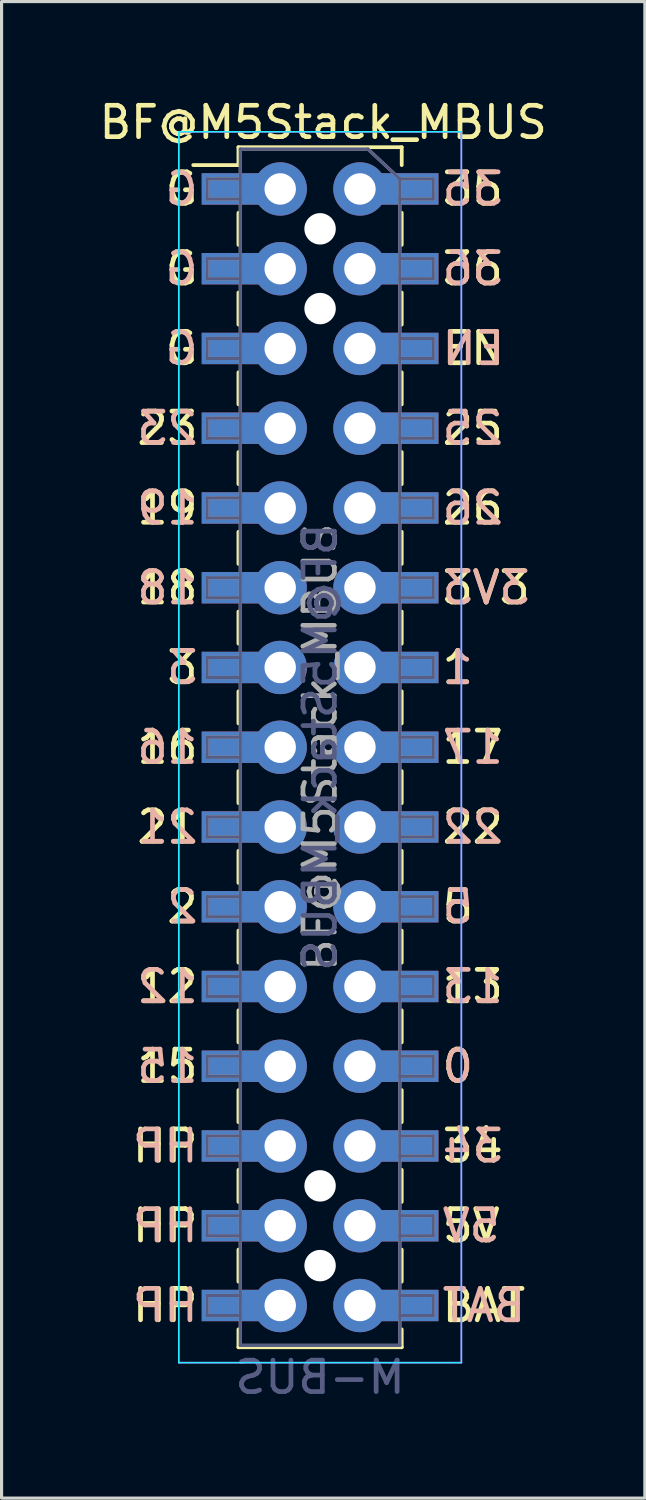
<source format=kicad_pcb>
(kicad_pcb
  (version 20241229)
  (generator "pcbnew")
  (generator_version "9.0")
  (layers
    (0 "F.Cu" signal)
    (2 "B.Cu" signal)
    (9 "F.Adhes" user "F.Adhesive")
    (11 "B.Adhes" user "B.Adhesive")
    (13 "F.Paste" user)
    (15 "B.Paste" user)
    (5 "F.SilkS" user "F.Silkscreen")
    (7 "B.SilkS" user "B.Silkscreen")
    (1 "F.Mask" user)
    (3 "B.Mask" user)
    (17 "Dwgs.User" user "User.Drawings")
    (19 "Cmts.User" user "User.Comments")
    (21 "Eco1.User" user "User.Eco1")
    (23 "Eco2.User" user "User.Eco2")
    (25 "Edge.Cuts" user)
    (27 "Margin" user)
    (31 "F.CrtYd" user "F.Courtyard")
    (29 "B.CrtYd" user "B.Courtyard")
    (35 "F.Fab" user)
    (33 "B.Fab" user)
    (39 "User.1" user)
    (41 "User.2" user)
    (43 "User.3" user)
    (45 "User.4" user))
  (footprint "BF@M5Stack_MBUS"
    (layer "F.Cu")
    (at 7.144 20.748)
    (property "Reference" "BF@M5Stack_MBUS" (at 0.1 -19.9 0) (layer "F.SilkS") (effects (font (size 1 1) (thickness 0.15))))
    (attr smd)
    (fp_line (start -4.04 -18.54) (end -2.6 -18.54) (stroke (width 0.12) (type solid)) (layer "F.SilkS"))
    (fp_line (start -2.6 -19.11) (end -2.6 -18.54) (stroke (width 0.12) (type solid)) (layer "F.SilkS"))
    (fp_line (start -2.6 -19.11) (end 2.6 -19.11) (stroke (width 0.12) (type solid)) (layer "F.SilkS"))
    (fp_line (start -2.6 -17.02) (end -2.6 -16) (stroke (width 0.12) (type solid)) (layer "F.SilkS"))
    (fp_line (start -2.6 -14.48) (end -2.6 -13.46) (stroke (width 0.12) (type solid)) (layer "F.SilkS"))
    (fp_line (start -2.6 -11.94) (end -2.6 -10.92) (stroke (width 0.12) (type solid)) (layer "F.SilkS"))
    (fp_line (start -2.6 -9.4) (end -2.6 -8.38) (stroke (width 0.12) (type solid)) (layer "F.SilkS"))
    (fp_line (start -2.6 -6.86) (end -2.6 -5.84) (stroke (width 0.12) (type solid)) (layer "F.SilkS"))
    (fp_line (start -2.6 -4.32) (end -2.6 -3.3) (stroke (width 0.12) (type solid)) (layer "F.SilkS"))
    (fp_line (start -2.6 -1.78) (end -2.6 -0.76) (stroke (width 0.12) (type solid)) (layer "F.SilkS"))
    (fp_line (start -2.6 0.76) (end -2.6 1.78) (stroke (width 0.12) (type solid)) (layer "F.SilkS"))
    (fp_line (start -2.6 3.3) (end -2.6 4.32) (stroke (width 0.12) (type solid)) (layer "F.SilkS"))
    (fp_line (start -2.6 5.84) (end -2.6 6.86) (stroke (width 0.12) (type solid)) (layer "F.SilkS"))
    (fp_line (start -2.6 8.38) (end -2.6 9.4) (stroke (width 0.12) (type solid)) (layer "F.SilkS"))
    (fp_line (start -2.6 10.92) (end -2.6 11.94) (stroke (width 0.12) (type solid)) (layer "F.SilkS"))
    (fp_line (start -2.6 13.46) (end -2.6 14.48) (stroke (width 0.12) (type solid)) (layer "F.SilkS"))
    (fp_line (start -2.6 16) (end -2.6 17.02) (stroke (width 0.12) (type solid)) (layer "F.SilkS"))
    (fp_line (start -2.6 18.54) (end -2.6 19.11) (stroke (width 0.12) (type solid)) (layer "F.SilkS"))
    (fp_line (start -2.6 19.11) (end 2.6 19.11) (stroke (width 0.12) (type solid)) (layer "F.SilkS"))
    (fp_line (start 2.6 -19.11) (end 2.6 -18.54) (stroke (width 0.12) (type solid)) (layer "F.SilkS"))
    (fp_line (start 2.6 -17.02) (end 2.6 -16) (stroke (width 0.12) (type solid)) (layer "F.SilkS"))
    (fp_line (start 2.6 -14.48) (end 2.6 -13.46) (stroke (width 0.12) (type solid)) (layer "F.SilkS"))
    (fp_line (start 2.6 -11.94) (end 2.6 -10.92) (stroke (width 0.12) (type solid)) (layer "F.SilkS"))
    (fp_line (start 2.6 -9.4) (end 2.6 -8.38) (stroke (width 0.12) (type solid)) (layer "F.SilkS"))
    (fp_line (start 2.6 -6.86) (end 2.6 -5.84) (stroke (width 0.12) (type solid)) (layer "F.SilkS"))
    (fp_line (start 2.6 -4.32) (end 2.6 -3.3) (stroke (width 0.12) (type solid)) (layer "F.SilkS"))
    (fp_line (start 2.6 -1.78) (end 2.6 -0.76) (stroke (width 0.12) (type solid)) (layer "F.SilkS"))
    (fp_line (start 2.6 0.76) (end 2.6 1.78) (stroke (width 0.12) (type solid)) (layer "F.SilkS"))
    (fp_line (start 2.6 3.3) (end 2.6 4.32) (stroke (width 0.12) (type solid)) (layer "F.SilkS"))
    (fp_line (start 2.6 5.84) (end 2.6 6.86) (stroke (width 0.12) (type solid)) (layer "F.SilkS"))
    (fp_line (start 2.6 8.38) (end 2.6 9.4) (stroke (width 0.12) (type solid)) (layer "F.SilkS"))
    (fp_line (start 2.6 10.92) (end 2.6 11.94) (stroke (width 0.12) (type solid)) (layer "F.SilkS"))
    (fp_line (start 2.6 13.46) (end 2.6 14.48) (stroke (width 0.12) (type solid)) (layer "F.SilkS"))
    (fp_line (start 2.6 16) (end 2.6 17.02) (stroke (width 0.12) (type solid)) (layer "F.SilkS"))
    (fp_line (start 2.6 18.54) (end 2.6 19.11) (stroke (width 0.12) (type solid)) (layer "F.SilkS"))
    (fp_poly (pts (xy -1.968 -17.335) (xy -3.683 -17.335) (xy -3.683 -18.224) (xy -1.968 -18.224)) (stroke (width 0.1) (type solid)) (fill yes) (layer "F.Paste"))
    (fp_poly (pts (xy -1.968 -14.796) (xy -3.683 -14.796) (xy -3.683 -15.684) (xy -1.968 -15.684)) (stroke (width 0.1) (type solid)) (fill yes) (layer "F.Paste"))
    (fp_poly (pts (xy -1.968 -12.255) (xy -3.683 -12.255) (xy -3.683 -13.145) (xy -1.968 -13.145)) (stroke (width 0.1) (type solid)) (fill yes) (layer "F.Paste"))
    (fp_poly (pts (xy -1.968 -9.716) (xy -3.683 -9.716) (xy -3.683 -10.604) (xy -1.968 -10.604)) (stroke (width 0.1) (type solid)) (fill yes) (layer "F.Paste"))
    (fp_poly (pts (xy -1.968 -7.176) (xy -3.683 -7.176) (xy -3.683 -8.065) (xy -1.968 -8.065)) (stroke (width 0.1) (type solid)) (fill yes) (layer "F.Paste"))
    (fp_poly (pts (xy -1.968 -4.636) (xy -3.683 -4.636) (xy -3.683 -5.524) (xy -1.968 -5.524)) (stroke (width 0.1) (type solid)) (fill yes) (layer "F.Paste"))
    (fp_poly (pts (xy -1.968 -2.095) (xy -3.683 -2.095) (xy -3.683 -2.985) (xy -1.968 -2.985)) (stroke (width 0.1) (type solid)) (fill yes) (layer "F.Paste"))
    (fp_poly (pts (xy -1.968 0.445) (xy -3.683 0.445) (xy -3.683 -0.445) (xy -1.968 -0.445)) (stroke (width 0.1) (type solid)) (fill yes) (layer "F.Paste"))
    (fp_poly (pts (xy -1.968 2.985) (xy -3.683 2.985) (xy -3.683 2.095) (xy -1.968 2.095)) (stroke (width 0.1) (type solid)) (fill yes) (layer "F.Paste"))
    (fp_poly (pts (xy -1.968 5.524) (xy -3.683 5.524) (xy -3.683 4.636) (xy -1.968 4.636)) (stroke (width 0.1) (type solid)) (fill yes) (layer "F.Paste"))
    (fp_poly (pts (xy -1.968 8.065) (xy -3.683 8.065) (xy -3.683 7.176) (xy -1.968 7.176)) (stroke (width 0.1) (type solid)) (fill yes) (layer "F.Paste"))
    (fp_poly (pts (xy -1.968 10.604) (xy -3.683 10.604) (xy -3.683 9.716) (xy -1.968 9.716)) (stroke (width 0.1) (type solid)) (fill yes) (layer "F.Paste"))
    (fp_poly (pts (xy -1.968 13.145) (xy -3.683 13.145) (xy -3.683 12.255) (xy -1.968 12.255)) (stroke (width 0.1) (type solid)) (fill yes) (layer "F.Paste"))
    (fp_poly (pts (xy -1.968 15.684) (xy -3.683 15.684) (xy -3.683 14.796) (xy -1.968 14.796)) (stroke (width 0.1) (type solid)) (fill yes) (layer "F.Paste"))
    (fp_poly (pts (xy -1.968 18.224) (xy -3.683 18.224) (xy -3.683 17.335) (xy -1.968 17.335)) (stroke (width 0.1) (type solid)) (fill yes) (layer "F.Paste"))
    (fp_poly (pts (xy 3.683 -17.335) (xy 1.968 -17.335) (xy 1.968 -18.224) (xy 3.683 -18.224)) (stroke (width 0.1) (type solid)) (fill yes) (layer "F.Paste"))
    (fp_poly (pts (xy 3.683 -14.796) (xy 1.968 -14.796) (xy 1.968 -15.684) (xy 3.683 -15.684)) (stroke (width 0.1) (type solid)) (fill yes) (layer "F.Paste"))
    (fp_poly (pts (xy 3.683 -12.255) (xy 1.968 -12.255) (xy 1.968 -13.145) (xy 3.683 -13.145)) (stroke (width 0.1) (type solid)) (fill yes) (layer "F.Paste"))
    (fp_poly (pts (xy 3.683 -9.716) (xy 1.968 -9.716) (xy 1.968 -10.604) (xy 3.683 -10.604)) (stroke (width 0.1) (type solid)) (fill yes) (layer "F.Paste"))
    (fp_poly (pts (xy 3.683 -7.176) (xy 1.968 -7.176) (xy 1.968 -8.065) (xy 3.683 -8.065)) (stroke (width 0.1) (type solid)) (fill yes) (layer "F.Paste"))
    (fp_poly (pts (xy 3.683 -4.636) (xy 1.968 -4.636) (xy 1.968 -5.524) (xy 3.683 -5.524)) (stroke (width 0.1) (type solid)) (fill yes) (layer "F.Paste"))
    (fp_poly (pts (xy 3.683 -2.095) (xy 1.968 -2.095) (xy 1.968 -2.985) (xy 3.683 -2.985)) (stroke (width 0.1) (type solid)) (fill yes) (layer "F.Paste"))
    (fp_poly (pts (xy 3.683 0.445) (xy 1.968 0.445) (xy 1.968 -0.445) (xy 3.683 -0.445)) (stroke (width 0.1) (type solid)) (fill yes) (layer "F.Paste"))
    (fp_poly (pts (xy 3.683 2.985) (xy 1.968 2.985) (xy 1.968 2.095) (xy 3.683 2.095)) (stroke (width 0.1) (type solid)) (fill yes) (layer "F.Paste"))
    (fp_poly (pts (xy 3.683 5.524) (xy 1.968 5.524) (xy 1.968 4.636) (xy 3.683 4.636)) (stroke (width 0.1) (type solid)) (fill yes) (layer "F.Paste"))
    (fp_poly (pts (xy 3.683 8.065) (xy 1.968 8.065) (xy 1.968 7.176) (xy 3.683 7.176)) (stroke (width 0.1) (type solid)) (fill yes) (layer "F.Paste"))
    (fp_poly (pts (xy 3.683 10.604) (xy 1.968 10.604) (xy 1.968 9.716) (xy 3.683 9.716)) (stroke (width 0.1) (type solid)) (fill yes) (layer "F.Paste"))
    (fp_poly (pts (xy 3.683 13.145) (xy 1.968 13.145) (xy 1.968 12.255) (xy 3.683 12.255)) (stroke (width 0.1) (type solid)) (fill yes) (layer "F.Paste"))
    (fp_poly (pts (xy 3.683 15.684) (xy 1.968 15.684) (xy 1.968 14.796) (xy 3.683 14.796)) (stroke (width 0.1) (type solid)) (fill yes) (layer "F.Paste"))
    (fp_poly (pts (xy 3.683 18.224) (xy 1.968 18.224) (xy 1.968 17.335) (xy 3.683 17.335)) (stroke (width 0.1) (type solid)) (fill yes) (layer "F.Paste"))
    (fp_poly (pts (xy -1.968 -18.224) (xy -3.683 -18.224) (xy -3.683 -17.335) (xy -1.968 -17.335)) (stroke (width 0.1) (type solid)) (fill yes) (layer "B.Paste"))
    (fp_poly (pts (xy -1.968 -15.684) (xy -3.683 -15.684) (xy -3.683 -14.796) (xy -1.968 -14.796)) (stroke (width 0.1) (type solid)) (fill yes) (layer "B.Paste"))
    (fp_poly (pts (xy -1.968 -13.145) (xy -3.683 -13.145) (xy -3.683 -12.255) (xy -1.968 -12.255)) (stroke (width 0.1) (type solid)) (fill yes) (layer "B.Paste"))
    (fp_poly (pts (xy -1.968 -10.604) (xy -3.683 -10.604) (xy -3.683 -9.716) (xy -1.968 -9.716)) (stroke (width 0.1) (type solid)) (fill yes) (layer "B.Paste"))
    (fp_poly (pts (xy -1.968 -8.065) (xy -3.683 -8.065) (xy -3.683 -7.176) (xy -1.968 -7.176)) (stroke (width 0.1) (type solid)) (fill yes) (layer "B.Paste"))
    (fp_poly (pts (xy -1.968 -5.524) (xy -3.683 -5.524) (xy -3.683 -4.636) (xy -1.968 -4.636)) (stroke (width 0.1) (type solid)) (fill yes) (layer "B.Paste"))
    (fp_poly (pts (xy -1.968 -2.985) (xy -3.683 -2.985) (xy -3.683 -2.095) (xy -1.968 -2.095)) (stroke (width 0.1) (type solid)) (fill yes) (layer "B.Paste"))
    (fp_poly (pts (xy -1.968 -0.445) (xy -3.683 -0.445) (xy -3.683 0.445) (xy -1.968 0.445)) (stroke (width 0.1) (type solid)) (fill yes) (layer "B.Paste"))
    (fp_poly (pts (xy -1.968 2.095) (xy -3.683 2.095) (xy -3.683 2.985) (xy -1.968 2.985)) (stroke (width 0.1) (type solid)) (fill yes) (layer "B.Paste"))
    (fp_poly (pts (xy -1.968 4.636) (xy -3.683 4.636) (xy -3.683 5.524) (xy -1.968 5.524)) (stroke (width 0.1) (type solid)) (fill yes) (layer "B.Paste"))
    (fp_poly (pts (xy -1.968 7.176) (xy -3.683 7.176) (xy -3.683 8.065) (xy -1.968 8.065)) (stroke (width 0.1) (type solid)) (fill yes) (layer "B.Paste"))
    (fp_poly (pts (xy -1.968 9.716) (xy -3.683 9.716) (xy -3.683 10.604) (xy -1.968 10.604)) (stroke (width 0.1) (type solid)) (fill yes) (layer "B.Paste"))
    (fp_poly (pts (xy -1.968 12.255) (xy -3.683 12.255) (xy -3.683 13.145) (xy -1.968 13.145)) (stroke (width 0.1) (type solid)) (fill yes) (layer "B.Paste"))
    (fp_poly (pts (xy -1.968 14.796) (xy -3.683 14.796) (xy -3.683 15.684) (xy -1.968 15.684)) (stroke (width 0.1) (type solid)) (fill yes) (layer "B.Paste"))
    (fp_poly (pts (xy -1.968 17.335) (xy -3.683 17.335) (xy -3.683 18.224) (xy -1.968 18.224)) (stroke (width 0.1) (type solid)) (fill yes) (layer "B.Paste"))
    (fp_poly (pts (xy 3.683 -18.224) (xy 1.968 -18.224) (xy 1.968 -17.335) (xy 3.683 -17.335)) (stroke (width 0.1) (type solid)) (fill yes) (layer "B.Paste"))
    (fp_poly (pts (xy 3.683 -15.684) (xy 1.968 -15.684) (xy 1.968 -14.796) (xy 3.683 -14.796)) (stroke (width 0.1) (type solid)) (fill yes) (layer "B.Paste"))
    (fp_poly (pts (xy 3.683 -13.145) (xy 1.968 -13.145) (xy 1.968 -12.255) (xy 3.683 -12.255)) (stroke (width 0.1) (type solid)) (fill yes) (layer "B.Paste"))
    (fp_poly (pts (xy 3.683 -10.604) (xy 1.968 -10.604) (xy 1.968 -9.716) (xy 3.683 -9.716)) (stroke (width 0.1) (type solid)) (fill yes) (layer "B.Paste"))
    (fp_poly (pts (xy 3.683 -8.065) (xy 1.968 -8.065) (xy 1.968 -7.176) (xy 3.683 -7.176)) (stroke (width 0.1) (type solid)) (fill yes) (layer "B.Paste"))
    (fp_poly (pts (xy 3.683 -5.524) (xy 1.968 -5.524) (xy 1.968 -4.636) (xy 3.683 -4.636)) (stroke (width 0.1) (type solid)) (fill yes) (layer "B.Paste"))
    (fp_poly (pts (xy 3.683 -2.985) (xy 1.968 -2.985) (xy 1.968 -2.095) (xy 3.683 -2.095)) (stroke (width 0.1) (type solid)) (fill yes) (layer "B.Paste"))
    (fp_poly (pts (xy 3.683 -0.445) (xy 1.968 -0.445) (xy 1.968 0.445) (xy 3.683 0.445)) (stroke (width 0.1) (type solid)) (fill yes) (layer "B.Paste"))
    (fp_poly (pts (xy 3.683 2.095) (xy 1.968 2.095) (xy 1.968 2.985) (xy 3.683 2.985)) (stroke (width 0.1) (type solid)) (fill yes) (layer "B.Paste"))
    (fp_poly (pts (xy 3.683 4.636) (xy 1.968 4.636) (xy 1.968 5.524) (xy 3.683 5.524)) (stroke (width 0.1) (type solid)) (fill yes) (layer "B.Paste"))
    (fp_poly (pts (xy 3.683 7.176) (xy 1.968 7.176) (xy 1.968 8.065) (xy 3.683 8.065)) (stroke (width 0.1) (type solid)) (fill yes) (layer "B.Paste"))
    (fp_poly (pts (xy 3.683 9.716) (xy 1.968 9.716) (xy 1.968 10.604) (xy 3.683 10.604)) (stroke (width 0.1) (type solid)) (fill yes) (layer "B.Paste"))
    (fp_poly (pts (xy 3.683 12.255) (xy 1.968 12.255) (xy 1.968 13.145) (xy 3.683 13.145)) (stroke (width 0.1) (type solid)) (fill yes) (layer "B.Paste"))
    (fp_poly (pts (xy 3.683 14.796) (xy 1.968 14.796) (xy 1.968 15.684) (xy 3.683 15.684)) (stroke (width 0.1) (type solid)) (fill yes) (layer "B.Paste"))
    (fp_poly (pts (xy 3.683 17.335) (xy 1.968 17.335) (xy 1.968 18.224) (xy 3.683 18.224)) (stroke (width 0.1) (type solid)) (fill yes) (layer "B.Paste"))
    (fp_line (start -4.5 -19.6) (end 4.5 -19.6) (stroke (width 0.05) (type solid)) (layer "B.CrtYd"))
    (fp_line (start -4.5 19.6) (end -4.5 -19.6) (stroke (width 0.05) (type solid)) (layer "B.CrtYd"))
    (fp_line (start 4.5 -19.6) (end 4.5 19.6) (stroke (width 0.05) (type solid)) (layer "B.CrtYd"))
    (fp_line (start 4.5 19.6) (end -4.5 19.6) (stroke (width 0.05) (type solid)) (layer "B.CrtYd"))
    (fp_line (start -4.5 -19.6) (end -4.5 19.6) (stroke (width 0.05) (type solid)) (layer "F.CrtYd"))
    (fp_line (start -4.5 19.6) (end 4.5 19.6) (stroke (width 0.05) (type solid)) (layer "F.CrtYd"))
    (fp_line (start 4.5 -19.6) (end -4.5 -19.6) (stroke (width 0.05) (type solid)) (layer "F.CrtYd"))
    (fp_line (start 4.5 19.6) (end 4.5 -19.6) (stroke (width 0.05) (type solid)) (layer "F.CrtYd"))
    (fp_line (start -3.6 -18.1) (end -3.6 -17.46) (stroke (width 0.1) (type solid)) (layer "B.Fab"))
    (fp_line (start -3.6 -17.46) (end -2.54 -17.46) (stroke (width 0.1) (type solid)) (layer "B.Fab"))
    (fp_line (start -3.6 -15.56) (end -3.6 -14.92) (stroke (width 0.1) (type solid)) (layer "B.Fab"))
    (fp_line (start -3.6 -14.92) (end -2.54 -14.92) (stroke (width 0.1) (type solid)) (layer "B.Fab"))
    (fp_line (start -3.6 -13.02) (end -3.6 -12.38) (stroke (width 0.1) (type solid)) (layer "B.Fab"))
    (fp_line (start -3.6 -12.38) (end -2.54 -12.38) (stroke (width 0.1) (type solid)) (layer "B.Fab"))
    (fp_line (start -3.6 -10.48) (end -3.6 -9.84) (stroke (width 0.1) (type solid)) (layer "B.Fab"))
    (fp_line (start -3.6 -9.84) (end -2.54 -9.84) (stroke (width 0.1) (type solid)) (layer "B.Fab"))
    (fp_line (start -3.6 -7.94) (end -3.6 -7.3) (stroke (width 0.1) (type solid)) (layer "B.Fab"))
    (fp_line (start -3.6 -7.3) (end -2.54 -7.3) (stroke (width 0.1) (type solid)) (layer "B.Fab"))
    (fp_line (start -3.6 -5.4) (end -3.6 -4.76) (stroke (width 0.1) (type solid)) (layer "B.Fab"))
    (fp_line (start -3.6 -4.76) (end -2.54 -4.76) (stroke (width 0.1) (type solid)) (layer "B.Fab"))
    (fp_line (start -3.6 -2.86) (end -3.6 -2.22) (stroke (width 0.1) (type solid)) (layer "B.Fab"))
    (fp_line (start -3.6 -2.22) (end -2.54 -2.22) (stroke (width 0.1) (type solid)) (layer "B.Fab"))
    (fp_line (start -3.6 -0.32) (end -3.6 0.32) (stroke (width 0.1) (type solid)) (layer "B.Fab"))
    (fp_line (start -3.6 0.32) (end -2.54 0.32) (stroke (width 0.1) (type solid)) (layer "B.Fab"))
    (fp_line (start -3.6 2.22) (end -3.6 2.86) (stroke (width 0.1) (type solid)) (layer "B.Fab"))
    (fp_line (start -3.6 2.86) (end -2.54 2.86) (stroke (width 0.1) (type solid)) (layer "B.Fab"))
    (fp_line (start -3.6 4.76) (end -3.6 5.4) (stroke (width 0.1) (type solid)) (layer "B.Fab"))
    (fp_line (start -3.6 5.4) (end -2.54 5.4) (stroke (width 0.1) (type solid)) (layer "B.Fab"))
    (fp_line (start -3.6 7.3) (end -3.6 7.94) (stroke (width 0.1) (type solid)) (layer "B.Fab"))
    (fp_line (start -3.6 7.94) (end -2.54 7.94) (stroke (width 0.1) (type solid)) (layer "B.Fab"))
    (fp_line (start -3.6 9.84) (end -3.6 10.48) (stroke (width 0.1) (type solid)) (layer "B.Fab"))
    (fp_line (start -3.6 10.48) (end -2.54 10.48) (stroke (width 0.1) (type solid)) (layer "B.Fab"))
    (fp_line (start -3.6 12.38) (end -3.6 13.02) (stroke (width 0.1) (type solid)) (layer "B.Fab"))
    (fp_line (start -3.6 13.02) (end -2.54 13.02) (stroke (width 0.1) (type solid)) (layer "B.Fab"))
    (fp_line (start -3.6 14.92) (end -3.6 15.56) (stroke (width 0.1) (type solid)) (layer "B.Fab"))
    (fp_line (start -3.6 15.56) (end -2.54 15.56) (stroke (width 0.1) (type solid)) (layer "B.Fab"))
    (fp_line (start -3.6 17.46) (end -3.6 18.1) (stroke (width 0.1) (type solid)) (layer "B.Fab"))
    (fp_line (start -3.6 18.1) (end -2.54 18.1) (stroke (width 0.1) (type solid)) (layer "B.Fab"))
    (fp_line (start -2.54 -19.05) (end 1.524 -19.05) (stroke (width 0.1) (type solid)) (layer "B.Fab"))
    (fp_line (start -2.54 -18.1) (end -3.6 -18.1) (stroke (width 0.1) (type solid)) (layer "B.Fab"))
    (fp_line (start -2.54 -15.56) (end -3.6 -15.56) (stroke (width 0.1) (type solid)) (layer "B.Fab"))
    (fp_line (start -2.54 -13.02) (end -3.6 -13.02) (stroke (width 0.1) (type solid)) (layer "B.Fab"))
    (fp_line (start -2.54 -10.48) (end -3.6 -10.48) (stroke (width 0.1) (type solid)) (layer "B.Fab"))
    (fp_line (start -2.54 -7.94) (end -3.6 -7.94) (stroke (width 0.1) (type solid)) (layer "B.Fab"))
    (fp_line (start -2.54 -5.4) (end -3.6 -5.4) (stroke (width 0.1) (type solid)) (layer "B.Fab"))
    (fp_line (start -2.54 -2.86) (end -3.6 -2.86) (stroke (width 0.1) (type solid)) (layer "B.Fab"))
    (fp_line (start -2.54 -0.32) (end -3.6 -0.32) (stroke (width 0.1) (type solid)) (layer "B.Fab"))
    (fp_line (start -2.54 2.22) (end -3.6 2.22) (stroke (width 0.1) (type solid)) (layer "B.Fab"))
    (fp_line (start -2.54 4.76) (end -3.6 4.76) (stroke (width 0.1) (type solid)) (layer "B.Fab"))
    (fp_line (start -2.54 7.3) (end -3.6 7.3) (stroke (width 0.1) (type solid)) (layer "B.Fab"))
    (fp_line (start -2.54 9.84) (end -3.6 9.84) (stroke (width 0.1) (type solid)) (layer "B.Fab"))
    (fp_line (start -2.54 12.38) (end -3.6 12.38) (stroke (width 0.1) (type solid)) (layer "B.Fab"))
    (fp_line (start -2.54 14.92) (end -3.6 14.92) (stroke (width 0.1) (type solid)) (layer "B.Fab"))
    (fp_line (start -2.54 17.46) (end -3.6 17.46) (stroke (width 0.1) (type solid)) (layer "B.Fab"))
    (fp_line (start -2.54 19.05) (end -2.54 -19.05) (stroke (width 0.1) (type solid)) (layer "B.Fab"))
    (fp_line (start 2.54 -18.1) (end 1.524 -19.05) (stroke (width 0.1) (type solid)) (layer "B.Fab"))
    (fp_line (start 2.54 -18.1) (end 2.54 19.05) (stroke (width 0.1) (type solid)) (layer "B.Fab"))
    (fp_line (start 2.54 -18.1) (end 3.6 -18.1) (stroke (width 0.1) (type solid)) (layer "B.Fab"))
    (fp_line (start 2.54 -15.56) (end 3.6 -15.56) (stroke (width 0.1) (type solid)) (layer "B.Fab"))
    (fp_line (start 2.54 -13.02) (end 3.6 -13.02) (stroke (width 0.1) (type solid)) (layer "B.Fab"))
    (fp_line (start 2.54 -10.48) (end 3.6 -10.48) (stroke (width 0.1) (type solid)) (layer "B.Fab"))
    (fp_line (start 2.54 -7.94) (end 3.6 -7.94) (stroke (width 0.1) (type solid)) (layer "B.Fab"))
    (fp_line (start 2.54 -5.4) (end 3.6 -5.4) (stroke (width 0.1) (type solid)) (layer "B.Fab"))
    (fp_line (start 2.54 -2.86) (end 3.6 -2.86) (stroke (width 0.1) (type solid)) (layer "B.Fab"))
    (fp_line (start 2.54 -0.32) (end 3.6 -0.32) (stroke (width 0.1) (type solid)) (layer "B.Fab"))
    (fp_line (start 2.54 2.22) (end 3.6 2.22) (stroke (width 0.1) (type solid)) (layer "B.Fab"))
    (fp_line (start 2.54 4.76) (end 3.6 4.76) (stroke (width 0.1) (type solid)) (layer "B.Fab"))
    (fp_line (start 2.54 7.3) (end 3.6 7.3) (stroke (width 0.1) (type solid)) (layer "B.Fab"))
    (fp_line (start 2.54 9.84) (end 3.6 9.84) (stroke (width 0.1) (type solid)) (layer "B.Fab"))
    (fp_line (start 2.54 12.38) (end 3.6 12.38) (stroke (width 0.1) (type solid)) (layer "B.Fab"))
    (fp_line (start 2.54 14.92) (end 3.6 14.92) (stroke (width 0.1) (type solid)) (layer "B.Fab"))
    (fp_line (start 2.54 17.46) (end 3.6 17.46) (stroke (width 0.1) (type solid)) (layer "B.Fab"))
    (fp_line (start 2.54 19.05) (end -2.54 19.05) (stroke (width 0.1) (type solid)) (layer "B.Fab"))
    (fp_line (start 3.6 -18.1) (end 3.6 -17.46) (stroke (width 0.1) (type solid)) (layer "B.Fab"))
    (fp_line (start 3.6 -17.46) (end 2.54 -17.46) (stroke (width 0.1) (type solid)) (layer "B.Fab"))
    (fp_line (start 3.6 -15.56) (end 3.6 -14.92) (stroke (width 0.1) (type solid)) (layer "B.Fab"))
    (fp_line (start 3.6 -14.92) (end 2.54 -14.92) (stroke (width 0.1) (type solid)) (layer "B.Fab"))
    (fp_line (start 3.6 -13.02) (end 3.6 -12.38) (stroke (width 0.1) (type solid)) (layer "B.Fab"))
    (fp_line (start 3.6 -12.38) (end 2.54 -12.38) (stroke (width 0.1) (type solid)) (layer "B.Fab"))
    (fp_line (start 3.6 -10.48) (end 3.6 -9.84) (stroke (width 0.1) (type solid)) (layer "B.Fab"))
    (fp_line (start 3.6 -9.84) (end 2.54 -9.84) (stroke (width 0.1) (type solid)) (layer "B.Fab"))
    (fp_line (start 3.6 -7.94) (end 3.6 -7.3) (stroke (width 0.1) (type solid)) (layer "B.Fab"))
    (fp_line (start 3.6 -7.3) (end 2.54 -7.3) (stroke (width 0.1) (type solid)) (layer "B.Fab"))
    (fp_line (start 3.6 -5.4) (end 3.6 -4.76) (stroke (width 0.1) (type solid)) (layer "B.Fab"))
    (fp_line (start 3.6 -4.76) (end 2.54 -4.76) (stroke (width 0.1) (type solid)) (layer "B.Fab"))
    (fp_line (start 3.6 -2.86) (end 3.6 -2.22) (stroke (width 0.1) (type solid)) (layer "B.Fab"))
    (fp_line (start 3.6 -2.22) (end 2.54 -2.22) (stroke (width 0.1) (type solid)) (layer "B.Fab"))
    (fp_line (start 3.6 -0.32) (end 3.6 0.32) (stroke (width 0.1) (type solid)) (layer "B.Fab"))
    (fp_line (start 3.6 0.32) (end 2.54 0.32) (stroke (width 0.1) (type solid)) (layer "B.Fab"))
    (fp_line (start 3.6 2.22) (end 3.6 2.86) (stroke (width 0.1) (type solid)) (layer "B.Fab"))
    (fp_line (start 3.6 2.86) (end 2.54 2.86) (stroke (width 0.1) (type solid)) (layer "B.Fab"))
    (fp_line (start 3.6 4.76) (end 3.6 5.4) (stroke (width 0.1) (type solid)) (layer "B.Fab"))
    (fp_line (start 3.6 5.4) (end 2.54 5.4) (stroke (width 0.1) (type solid)) (layer "B.Fab"))
    (fp_line (start 3.6 7.3) (end 3.6 7.94) (stroke (width 0.1) (type solid)) (layer "B.Fab"))
    (fp_line (start 3.6 7.94) (end 2.54 7.94) (stroke (width 0.1) (type solid)) (layer "B.Fab"))
    (fp_line (start 3.6 9.84) (end 3.6 10.48) (stroke (width 0.1) (type solid)) (layer "B.Fab"))
    (fp_line (start 3.6 10.48) (end 2.54 10.48) (stroke (width 0.1) (type solid)) (layer "B.Fab"))
    (fp_line (start 3.6 12.38) (end 3.6 13.02) (stroke (width 0.1) (type solid)) (layer "B.Fab"))
    (fp_line (start 3.6 13.02) (end 2.54 13.02) (stroke (width 0.1) (type solid)) (layer "B.Fab"))
    (fp_line (start 3.6 14.92) (end 3.6 15.56) (stroke (width 0.1) (type solid)) (layer "B.Fab"))
    (fp_line (start 3.6 15.56) (end 2.54 15.56) (stroke (width 0.1) (type solid)) (layer "B.Fab"))
    (fp_line (start 3.6 17.46) (end 3.6 18.1) (stroke (width 0.1) (type solid)) (layer "B.Fab"))
    (fp_line (start 3.6 18.1) (end 2.54 18.1) (stroke (width 0.1) (type solid)) (layer "B.Fab"))
    (fp_line (start -3.6 -18.1) (end -3.6 -17.46) (stroke (width 0.1) (type solid)) (layer "F.Fab"))
    (fp_line (start -3.6 -17.46) (end -2.54 -17.46) (stroke (width 0.1) (type solid)) (layer "F.Fab"))
    (fp_line (start -3.6 -15.56) (end -3.6 -14.92) (stroke (width 0.1) (type solid)) (layer "F.Fab"))
    (fp_line (start -3.6 -14.92) (end -2.54 -14.92) (stroke (width 0.1) (type solid)) (layer "F.Fab"))
    (fp_line (start -3.6 -13.02) (end -3.6 -12.38) (stroke (width 0.1) (type solid)) (layer "F.Fab"))
    (fp_line (start -3.6 -12.38) (end -2.54 -12.38) (stroke (width 0.1) (type solid)) (layer "F.Fab"))
    (fp_line (start -3.6 -10.48) (end -3.6 -9.84) (stroke (width 0.1) (type solid)) (layer "F.Fab"))
    (fp_line (start -3.6 -9.84) (end -2.54 -9.84) (stroke (width 0.1) (type solid)) (layer "F.Fab"))
    (fp_line (start -3.6 -7.94) (end -3.6 -7.3) (stroke (width 0.1) (type solid)) (layer "F.Fab"))
    (fp_line (start -3.6 -7.3) (end -2.54 -7.3) (stroke (width 0.1) (type solid)) (layer "F.Fab"))
    (fp_line (start -3.6 -5.4) (end -3.6 -4.76) (stroke (width 0.1) (type solid)) (layer "F.Fab"))
    (fp_line (start -3.6 -4.76) (end -2.54 -4.76) (stroke (width 0.1) (type solid)) (layer "F.Fab"))
    (fp_line (start -3.6 -2.86) (end -3.6 -2.22) (stroke (width 0.1) (type solid)) (layer "F.Fab"))
    (fp_line (start -3.6 -2.22) (end -2.54 -2.22) (stroke (width 0.1) (type solid)) (layer "F.Fab"))
    (fp_line (start -3.6 -0.32) (end -3.6 0.32) (stroke (width 0.1) (type solid)) (layer "F.Fab"))
    (fp_line (start -3.6 0.32) (end -2.54 0.32) (stroke (width 0.1) (type solid)) (layer "F.Fab"))
    (fp_line (start -3.6 2.22) (end -3.6 2.86) (stroke (width 0.1) (type solid)) (layer "F.Fab"))
    (fp_line (start -3.6 2.86) (end -2.54 2.86) (stroke (width 0.1) (type solid)) (layer "F.Fab"))
    (fp_line (start -3.6 4.76) (end -3.6 5.4) (stroke (width 0.1) (type solid)) (layer "F.Fab"))
    (fp_line (start -3.6 5.4) (end -2.54 5.4) (stroke (width 0.1) (type solid)) (layer "F.Fab"))
    (fp_line (start -3.6 7.3) (end -3.6 7.94) (stroke (width 0.1) (type solid)) (layer "F.Fab"))
    (fp_line (start -3.6 7.94) (end -2.54 7.94) (stroke (width 0.1) (type solid)) (layer "F.Fab"))
    (fp_line (start -3.6 9.84) (end -3.6 10.48) (stroke (width 0.1) (type solid)) (layer "F.Fab"))
    (fp_line (start -3.6 10.48) (end -2.54 10.48) (stroke (width 0.1) (type solid)) (layer "F.Fab"))
    (fp_line (start -3.6 12.38) (end -3.6 13.02) (stroke (width 0.1) (type solid)) (layer "F.Fab"))
    (fp_line (start -3.6 13.02) (end -2.54 13.02) (stroke (width 0.1) (type solid)) (layer "F.Fab"))
    (fp_line (start -3.6 14.92) (end -3.6 15.56) (stroke (width 0.1) (type solid)) (layer "F.Fab"))
    (fp_line (start -3.6 15.56) (end -2.54 15.56) (stroke (width 0.1) (type solid)) (layer "F.Fab"))
    (fp_line (start -3.6 17.46) (end -3.6 18.1) (stroke (width 0.1) (type solid)) (layer "F.Fab"))
    (fp_line (start -3.6 18.1) (end -2.54 18.1) (stroke (width 0.1) (type solid)) (layer "F.Fab"))
    (fp_line (start -2.54 -19.05) (end 1.524 -19.05) (stroke (width 0.1) (type solid)) (layer "F.Fab"))
    (fp_line (start -2.54 -18.1) (end -3.6 -18.1) (stroke (width 0.1) (type solid)) (layer "F.Fab"))
    (fp_line (start -2.54 -15.56) (end -3.6 -15.56) (stroke (width 0.1) (type solid)) (layer "F.Fab"))
    (fp_line (start -2.54 -13.02) (end -3.6 -13.02) (stroke (width 0.1) (type solid)) (layer "F.Fab"))
    (fp_line (start -2.54 -10.48) (end -3.6 -10.48) (stroke (width 0.1) (type solid)) (layer "F.Fab"))
    (fp_line (start -2.54 -7.94) (end -3.6 -7.94) (stroke (width 0.1) (type solid)) (layer "F.Fab"))
    (fp_line (start -2.54 -5.4) (end -3.6 -5.4) (stroke (width 0.1) (type solid)) (layer "F.Fab"))
    (fp_line (start -2.54 -2.86) (end -3.6 -2.86) (stroke (width 0.1) (type solid)) (layer "F.Fab"))
    (fp_line (start -2.54 -0.32) (end -3.6 -0.32) (stroke (width 0.1) (type solid)) (layer "F.Fab"))
    (fp_line (start -2.54 2.22) (end -3.6 2.22) (stroke (width 0.1) (type solid)) (layer "F.Fab"))
    (fp_line (start -2.54 4.76) (end -3.6 4.76) (stroke (width 0.1) (type solid)) (layer "F.Fab"))
    (fp_line (start -2.54 7.3) (end -3.6 7.3) (stroke (width 0.1) (type solid)) (layer "F.Fab"))
    (fp_line (start -2.54 9.84) (end -3.6 9.84) (stroke (width 0.1) (type solid)) (layer "F.Fab"))
    (fp_line (start -2.54 12.38) (end -3.6 12.38) (stroke (width 0.1) (type solid)) (layer "F.Fab"))
    (fp_line (start -2.54 14.92) (end -3.6 14.92) (stroke (width 0.1) (type solid)) (layer "F.Fab"))
    (fp_line (start -2.54 17.46) (end -3.6 17.46) (stroke (width 0.1) (type solid)) (layer "F.Fab"))
    (fp_line (start -2.54 19.05) (end -2.54 -19.05) (stroke (width 0.1) (type solid)) (layer "F.Fab"))
    (fp_line (start 2.54 -18.1) (end 1.524 -19.05) (stroke (width 0.1) (type solid)) (layer "F.Fab"))
    (fp_line (start 2.54 -18.1) (end 2.54 19.05) (stroke (width 0.1) (type solid)) (layer "F.Fab"))
    (fp_line (start 2.54 -18.1) (end 3.6 -18.1) (stroke (width 0.1) (type solid)) (layer "F.Fab"))
    (fp_line (start 2.54 -15.56) (end 3.6 -15.56) (stroke (width 0.1) (type solid)) (layer "F.Fab"))
    (fp_line (start 2.54 -13.02) (end 3.6 -13.02) (stroke (width 0.1) (type solid)) (layer "F.Fab"))
    (fp_line (start 2.54 -10.48) (end 3.6 -10.48) (stroke (width 0.1) (type solid)) (layer "F.Fab"))
    (fp_line (start 2.54 -7.94) (end 3.6 -7.94) (stroke (width 0.1) (type solid)) (layer "F.Fab"))
    (fp_line (start 2.54 -5.4) (end 3.6 -5.4) (stroke (width 0.1) (type solid)) (layer "F.Fab"))
    (fp_line (start 2.54 -2.86) (end 3.6 -2.86) (stroke (width 0.1) (type solid)) (layer "F.Fab"))
    (fp_line (start 2.54 -0.32) (end 3.6 -0.32) (stroke (width 0.1) (type solid)) (layer "F.Fab"))
    (fp_line (start 2.54 2.22) (end 3.6 2.22) (stroke (width 0.1) (type solid)) (layer "F.Fab"))
    (fp_line (start 2.54 4.76) (end 3.6 4.76) (stroke (width 0.1) (type solid)) (layer "F.Fab"))
    (fp_line (start 2.54 7.3) (end 3.6 7.3) (stroke (width 0.1) (type solid)) (layer "F.Fab"))
    (fp_line (start 2.54 9.84) (end 3.6 9.84) (stroke (width 0.1) (type solid)) (layer "F.Fab"))
    (fp_line (start 2.54 12.38) (end 3.6 12.38) (stroke (width 0.1) (type solid)) (layer "F.Fab"))
    (fp_line (start 2.54 14.92) (end 3.6 14.92) (stroke (width 0.1) (type solid)) (layer "F.Fab"))
    (fp_line (start 2.54 17.46) (end 3.6 17.46) (stroke (width 0.1) (type solid)) (layer "F.Fab"))
    (fp_line (start 2.54 19.05) (end -2.54 19.05) (stroke (width 0.1) (type solid)) (layer "F.Fab"))
    (fp_line (start 3.6 -18.1) (end 3.6 -17.46) (stroke (width 0.1) (type solid)) (layer "F.Fab"))
    (fp_line (start 3.6 -17.46) (end 2.54 -17.46) (stroke (width 0.1) (type solid)) (layer "F.Fab"))
    (fp_line (start 3.6 -15.56) (end 3.6 -14.92) (stroke (width 0.1) (type solid)) (layer "F.Fab"))
    (fp_line (start 3.6 -14.92) (end 2.54 -14.92) (stroke (width 0.1) (type solid)) (layer "F.Fab"))
    (fp_line (start 3.6 -13.02) (end 3.6 -12.38) (stroke (width 0.1) (type solid)) (layer "F.Fab"))
    (fp_line (start 3.6 -12.38) (end 2.54 -12.38) (stroke (width 0.1) (type solid)) (layer "F.Fab"))
    (fp_line (start 3.6 -10.48) (end 3.6 -9.84) (stroke (width 0.1) (type solid)) (layer "F.Fab"))
    (fp_line (start 3.6 -9.84) (end 2.54 -9.84) (stroke (width 0.1) (type solid)) (layer "F.Fab"))
    (fp_line (start 3.6 -7.94) (end 3.6 -7.3) (stroke (width 0.1) (type solid)) (layer "F.Fab"))
    (fp_line (start 3.6 -7.3) (end 2.54 -7.3) (stroke (width 0.1) (type solid)) (layer "F.Fab"))
    (fp_line (start 3.6 -5.4) (end 3.6 -4.76) (stroke (width 0.1) (type solid)) (layer "F.Fab"))
    (fp_line (start 3.6 -4.76) (end 2.54 -4.76) (stroke (width 0.1) (type solid)) (layer "F.Fab"))
    (fp_line (start 3.6 -2.86) (end 3.6 -2.22) (stroke (width 0.1) (type solid)) (layer "F.Fab"))
    (fp_line (start 3.6 -2.22) (end 2.54 -2.22) (stroke (width 0.1) (type solid)) (layer "F.Fab"))
    (fp_line (start 3.6 -0.32) (end 3.6 0.32) (stroke (width 0.1) (type solid)) (layer "F.Fab"))
    (fp_line (start 3.6 0.32) (end 2.54 0.32) (stroke (width 0.1) (type solid)) (layer "F.Fab"))
    (fp_line (start 3.6 2.22) (end 3.6 2.86) (stroke (width 0.1) (type solid)) (layer "F.Fab"))
    (fp_line (start 3.6 2.86) (end 2.54 2.86) (stroke (width 0.1) (type solid)) (layer "F.Fab"))
    (fp_line (start 3.6 4.76) (end 3.6 5.4) (stroke (width 0.1) (type solid)) (layer "F.Fab"))
    (fp_line (start 3.6 5.4) (end 2.54 5.4) (stroke (width 0.1) (type solid)) (layer "F.Fab"))
    (fp_line (start 3.6 7.3) (end 3.6 7.94) (stroke (width 0.1) (type solid)) (layer "F.Fab"))
    (fp_line (start 3.6 7.94) (end 2.54 7.94) (stroke (width 0.1) (type solid)) (layer "F.Fab"))
    (fp_line (start 3.6 9.84) (end 3.6 10.48) (stroke (width 0.1) (type solid)) (layer "F.Fab"))
    (fp_line (start 3.6 10.48) (end 2.54 10.48) (stroke (width 0.1) (type solid)) (layer "F.Fab"))
    (fp_line (start 3.6 12.38) (end 3.6 13.02) (stroke (width 0.1) (type solid)) (layer "F.Fab"))
    (fp_line (start 3.6 13.02) (end 2.54 13.02) (stroke (width 0.1) (type solid)) (layer "F.Fab"))
    (fp_line (start 3.6 14.92) (end 3.6 15.56) (stroke (width 0.1) (type solid)) (layer "F.Fab"))
    (fp_line (start 3.6 15.56) (end 2.54 15.56) (stroke (width 0.1) (type solid)) (layer "F.Fab"))
    (fp_line (start 3.6 17.46) (end 3.6 18.1) (stroke (width 0.1) (type solid)) (layer "F.Fab"))
    (fp_line (start 3.6 18.1) (end 2.54 18.1) (stroke (width 0.1) (type solid)) (layer "F.Fab"))
    (fp_text user "HP" (at -3.81 15.24 0) (layer "F.SilkS") (effects (font (size 1 1) (thickness 0.15)) (justify right)))
    (fp_text user "17" (at 3.81 0 0) (layer "F.SilkS") (effects (font (size 1 1) (thickness 0.15)) (justify left)))
    (fp_text user "13" (at 3.81 7.62 0) (layer "F.SilkS") (effects (font (size 1 1) (thickness 0.15)) (justify left)))
    (fp_text user "EN" (at 3.81 -12.7 0) (layer "F.SilkS") (effects (font (size 1 1) (thickness 0.15)) (justify left)))
    (fp_text user "G" (at -3.81 -15.24 0) (layer "F.SilkS") (effects (font (size 1 1) (thickness 0.15)) (justify right)))
    (fp_text user "2" (at -3.81 5.08 0) (layer "F.SilkS") (effects (font (size 1 1) (thickness 0.15)) (justify right)))
    (fp_text user "23" (at -3.81 -10.16 0) (layer "F.SilkS") (effects (font (size 1 1) (thickness 0.15)) (justify right)))
    (fp_text user "3V3" (at 3.81 -5.08 0) (layer "F.SilkS") (effects (font (size 1 1) (thickness 0.15)) (justify left)))
    (fp_text user "0" (at 3.81 10.16 0) (layer "F.SilkS") (effects (font (size 1 1) (thickness 0.15)) (justify left)))
    (fp_text user "36" (at 3.81 -15.24 0) (layer "F.SilkS") (effects (font (size 1 1) (thickness 0.15)) (justify left)))
    (fp_text user "G" (at -3.81 -12.7 0) (layer "F.SilkS") (effects (font (size 1 1) (thickness 0.15)) (justify right)))
    (fp_text user "15" (at -3.81 10.16 0) (layer "F.SilkS") (effects (font (size 1 1) (thickness 0.15)) (justify right)))
    (fp_text user "22" (at 3.81 2.54 0) (layer "F.SilkS") (effects (font (size 1 1) (thickness 0.15)) (justify left)))
    (fp_text user "BAT" (at 3.81 17.78 0) (layer "F.SilkS") (effects (font (size 1 1) (thickness 0.15)) (justify left)))
    (fp_text user "5" (at 3.81 5.08 0) (layer "F.SilkS") (effects (font (size 1 1) (thickness 0.15)) (justify left)))
    (fp_text user "12" (at -3.81 7.62 0) (layer "F.SilkS") (effects (font (size 1 1) (thickness 0.15)) (justify right)))
    (fp_text user "21" (at -3.81 2.54 0) (layer "F.SilkS") (effects (font (size 1 1) (thickness 0.15)) (justify right)))
    (fp_text user "16" (at -3.81 0 0) (layer "F.SilkS") (effects (font (size 1 1) (thickness 0.15)) (justify right)))
    (fp_text user "HP" (at -3.81 17.78 0) (layer "F.SilkS") (effects (font (size 1 1) (thickness 0.15)) (justify right)))
    (fp_text user "HP" (at -3.81 12.7 0) (layer "F.SilkS") (effects (font (size 1 1) (thickness 0.15)) (justify right)))
    (fp_text user "3" (at -3.81 -2.54 0) (layer "F.SilkS") (effects (font (size 1 1) (thickness 0.15)) (justify right)))
    (fp_text user "26" (at 3.81 -7.62 0) (layer "F.SilkS") (effects (font (size 1 1) (thickness 0.15)) (justify left)))
    (fp_text user "5V" (at 3.81 15.24 0) (layer "F.SilkS") (effects (font (size 1 1) (thickness 0.15)) (justify left)))
    (fp_text user "18" (at -3.81 -5.08 0) (layer "F.SilkS") (effects (font (size 1 1) (thickness 0.15)) (justify right)))
    (fp_text user "19" (at -3.81 -7.62 0) (layer "F.SilkS") (effects (font (size 1 1) (thickness 0.15)) (justify right)))
    (fp_text user "G" (at -3.81 -17.78 0) (layer "F.SilkS") (effects (font (size 1 1) (thickness 0.15)) (justify right)))
    (fp_text user "25" (at 3.81 -10.16 0) (layer "F.SilkS") (effects (font (size 1 1) (thickness 0.15)) (justify left)))
    (fp_text user "34" (at 3.81 12.7 0) (layer "F.SilkS") (effects (font (size 1 1) (thickness 0.15)) (justify left)))
    (fp_text user "35" (at 3.81 -17.78 0) (layer "F.SilkS") (effects (font (size 1 1) (thickness 0.15)) (justify left)))
    (fp_text user "1" (at 3.81 -2.54 0) (layer "F.SilkS") (effects (font (size 1 1) (thickness 0.15)) (justify left)))
    (fp_text user "G" (at -3.81 -17.78 180) (layer "B.SilkS") (effects (font (size 1 1) (thickness 0.15)) (justify left mirror)))
    (fp_text user "36" (at 3.81 -15.24 180) (layer "B.SilkS") (effects (font (size 1 1) (thickness 0.15)) (justify right mirror)))
    (fp_text user "1" (at 3.81 -2.54 180) (layer "B.SilkS") (effects (font (size 1 1) (thickness 0.15)) (justify right mirror)))
    (fp_text user "HP" (at -3.81 15.24 180) (layer "B.SilkS") (effects (font (size 1 1) (thickness 0.15)) (justify left mirror)))
    (fp_text user "21" (at -3.81 2.54 180) (layer "B.SilkS") (effects (font (size 1 1) (thickness 0.15)) (justify left mirror)))
    (fp_text user "HP" (at -3.81 12.7 180) (layer "B.SilkS") (effects (font (size 1 1) (thickness 0.15)) (justify left mirror)))
    (fp_text user "EN" (at 3.81 -12.7 180) (layer "B.SilkS") (effects (font (size 1 1) (thickness 0.15)) (justify right mirror)))
    (fp_text user "3V3" (at 3.81 -5.08 180) (layer "B.SilkS") (effects (font (size 1 1) (thickness 0.15)) (justify right mirror)))
    (fp_text user "25" (at 3.81 -10.16 180) (layer "B.SilkS") (effects (font (size 1 1) (thickness 0.15)) (justify right mirror)))
    (fp_text user "23" (at -3.81 -10.16 180) (layer "B.SilkS") (effects (font (size 1 1) (thickness 0.15)) (justify left mirror)))
    (fp_text user "35" (at 3.81 -17.78 180) (layer "B.SilkS") (effects (font (size 1 1) (thickness 0.15)) (justify right mirror)))
    (fp_text user "17" (at 3.81 0 180) (layer "B.SilkS") (effects (font (size 1 1) (thickness 0.15)) (justify right mirror)))
    (fp_text user "18" (at -3.81 -5.08 180) (layer "B.SilkS") (effects (font (size 1 1) (thickness 0.15)) (justify left mirror)))
    (fp_text user "13" (at 3.81 7.62 180) (layer "B.SilkS") (effects (font (size 1 1) (thickness 0.15)) (justify right mirror)))
    (fp_text user "15" (at -3.81 10.16 180) (layer "B.SilkS") (effects (font (size 1 1) (thickness 0.15)) (justify left mirror)))
    (fp_text user "22" (at 3.81 2.54 180) (layer "B.SilkS") (effects (font (size 1 1) (thickness 0.15)) (justify right mirror)))
    (fp_text user "19" (at -3.81 -7.62 180) (layer "B.SilkS") (effects (font (size 1 1) (thickness 0.15)) (justify left mirror)))
    (fp_text user "BAT" (at 3.81 17.78 180) (layer "B.SilkS") (effects (font (size 1 1) (thickness 0.15)) (justify right mirror)))
    (fp_text user "5V" (at 3.81 15.24 180) (layer "B.SilkS") (effects (font (size 1 1) (thickness 0.15)) (justify right mirror)))
    (fp_text user "26" (at 3.81 -7.62 180) (layer "B.SilkS") (effects (font (size 1 1) (thickness 0.15)) (justify right mirror)))
    (fp_text user "3" (at -3.81 -2.54 180) (layer "B.SilkS") (effects (font (size 1 1) (thickness 0.15)) (justify left mirror)))
    (fp_text user "5" (at 3.81 5.08 180) (layer "B.SilkS") (effects (font (size 1 1) (thickness 0.15)) (justify right mirror)))
    (fp_text user "16" (at -3.81 0 180) (layer "B.SilkS") (effects (font (size 1 1) (thickness 0.15)) (justify left mirror)))
    (fp_text user "G" (at -3.81 -15.24 180) (layer "B.SilkS") (effects (font (size 1 1) (thickness 0.15)) (justify left mirror)))
    (fp_text user "34" (at 3.81 12.7 180) (layer "B.SilkS") (effects (font (size 1 1) (thickness 0.15)) (justify right mirror)))
    (fp_text user "HP" (at -3.81 17.78 180) (layer "B.SilkS") (effects (font (size 1 1) (thickness 0.15)) (justify left mirror)))
    (fp_text user "G" (at -3.81 -12.7 180) (layer "B.SilkS") (effects (font (size 1 1) (thickness 0.15)) (justify left mirror)))
    (fp_text user "12" (at -3.81 7.62 180) (layer "B.SilkS") (effects (font (size 1 1) (thickness 0.15)) (justify left mirror)))
    (fp_text user "0" (at 3.81 10.16 180) (layer "B.SilkS") (effects (font (size 1 1) (thickness 0.15)) (justify right mirror)))
    (fp_text user "2" (at -3.81 5.08 180) (layer "B.SilkS") (effects (font (size 1 1) (thickness 0.15)) (justify left mirror)))
    (fp_text user "${REFERENCE}" (at 0 0 90) (layer "B.Fab") (effects (font (size 1 1) (thickness 0.15)) (justify mirror)))
    (fp_text user "M-BUS" (at 0 20.066 0) (layer "B.Fab") (effects (font (size 1 1) (thickness 0.15)) (justify mirror)))
    (fp_text user "${REFERENCE}" (at 0 0 90) (layer "F.Fab") (effects (font (size 1 1) (thickness 0.15))))
    (pad "" np_thru_hole circle (at 0 -16.51 180) (size 1 1) (drill 1) (layers "*.Cu" "*.Mask"))
    (pad "" np_thru_hole circle (at 0 -13.97 180) (size 1 1) (drill 1) (layers "*.Cu" "*.Mask"))
    (pad "" np_thru_hole circle (at 0 13.97 180) (size 1 1) (drill 1) (layers "*.Cu" "*.Mask"))
    (pad "" np_thru_hole circle (at 0 16.51 180) (size 1 1) (drill 1) (layers "*.Cu" "*.Mask"))
    (pad "1" smd custom (at 1.27 -17.78 180) (size 1 1) (layers "F.Cu" "F.Mask") (options (anchor rect)) (primitives (gr_poly (pts (xy 0.5 0.5) (xy -2.5 0.5) (xy -2.5 -0.5) (xy 0.5 -0.5)) (width 0) (fill yes))))
    (pad "1" smd custom (at 1.27 -17.78 180) (size 1 1) (layers "B.Cu" "B.Mask") (options (anchor rect)) (primitives (gr_poly (pts (xy 0.5 0.5) (xy -2.5 0.5) (xy -2.5 -0.5) (xy 0.5 -0.5)) (width 0) (fill yes))))
    (pad "1" thru_hole circle (at 1.27 -17.78 180) (size 1.7 1.7) (drill 1) (layers "*.Cu" "*.Mask"))
    (pad "2" smd custom (at -1.27 -17.78) (size 1 1) (layers "F.Cu" "F.Mask") (options (anchor rect)) (primitives (gr_poly (pts (xy 0.5 0.5) (xy -2.5 0.5) (xy -2.5 -0.5) (xy 0.5 -0.5)) (width 0) (fill yes))))
    (pad "2" smd custom (at -1.27 -17.78) (size 1 1) (layers "B.Cu" "B.Mask") (options (anchor rect)) (primitives (gr_poly (pts (xy 0.5 0.5) (xy -2.5 0.5) (xy -2.5 -0.5) (xy 0.5 -0.5)) (width 0) (fill yes))))
    (pad "2" thru_hole circle (at -1.27 -17.78) (size 1.7 1.7) (drill 1) (layers "*.Cu" "*.Mask"))
    (pad "3" smd custom (at 1.27 -15.24 180) (size 1 1) (layers "F.Cu" "F.Mask") (options (anchor rect)) (primitives (gr_poly (pts (xy 0.5 0.5) (xy -2.5 0.5) (xy -2.5 -0.5) (xy 0.5 -0.5)) (width 0) (fill yes))))
    (pad "3" smd custom (at 1.27 -15.24 180) (size 1 1) (layers "B.Cu" "B.Mask") (options (anchor rect)) (primitives (gr_poly (pts (xy 0.5 0.5) (xy -2.5 0.5) (xy -2.5 -0.5) (xy 0.5 -0.5)) (width 0) (fill yes))))
    (pad "3" thru_hole circle (at 1.27 -15.24 180) (size 1.7 1.7) (drill 1) (layers "*.Cu" "*.Mask"))
    (pad "4" smd custom (at -1.27 -15.24) (size 1 1) (layers "F.Cu" "F.Mask") (options (anchor rect)) (primitives (gr_poly (pts (xy 0.5 0.5) (xy -2.5 0.5) (xy -2.5 -0.5) (xy 0.5 -0.5)) (width 0) (fill yes))))
    (pad "4" smd custom (at -1.27 -15.24) (size 1 1) (layers "B.Cu" "B.Mask") (options (anchor rect)) (primitives (gr_poly (pts (xy 0.5 0.5) (xy -2.5 0.5) (xy -2.5 -0.5) (xy 0.5 -0.5)) (width 0) (fill yes))))
    (pad "4" thru_hole circle (at -1.27 -15.24) (size 1.7 1.7) (drill 1) (layers "*.Cu" "*.Mask"))
    (pad "5" smd custom (at 1.27 -12.7 180) (size 1 1) (layers "F.Cu" "F.Mask") (options (anchor rect)) (primitives (gr_poly (pts (xy 0.5 0.5) (xy -2.5 0.5) (xy -2.5 -0.5) (xy 0.5 -0.5)) (width 0) (fill yes))))
    (pad "5" smd custom (at 1.27 -12.7 180) (size 1 1) (layers "B.Cu" "B.Mask") (options (anchor rect)) (primitives (gr_poly (pts (xy 0.5 0.5) (xy -2.5 0.5) (xy -2.5 -0.5) (xy 0.5 -0.5)) (width 0) (fill yes))))
    (pad "5" thru_hole circle (at 1.27 -12.7 180) (size 1.7 1.7) (drill 1) (layers "*.Cu" "*.Mask"))
    (pad "6" smd custom (at -1.27 -12.7) (size 1 1) (layers "F.Cu" "F.Mask") (options (anchor rect)) (primitives (gr_poly (pts (xy 0.5 0.5) (xy -2.5 0.5) (xy -2.5 -0.5) (xy 0.5 -0.5)) (width 0) (fill yes))))
    (pad "6" smd custom (at -1.27 -12.7) (size 1 1) (layers "B.Cu" "B.Mask") (options (anchor rect)) (primitives (gr_poly (pts (xy 0.5 0.5) (xy -2.5 0.5) (xy -2.5 -0.5) (xy 0.5 -0.5)) (width 0) (fill yes))))
    (pad "6" thru_hole circle (at -1.27 -12.7) (size 1.7 1.7) (drill 1) (layers "*.Cu" "*.Mask"))
    (pad "7" smd custom (at 1.27 -10.16 180) (size 1 1) (layers "F.Cu" "F.Mask") (options (anchor rect)) (primitives (gr_poly (pts (xy 0.5 0.5) (xy -2.5 0.5) (xy -2.5 -0.5) (xy 0.5 -0.5)) (width 0) (fill yes))))
    (pad "7" smd custom (at 1.27 -10.16 180) (size 1 1) (layers "B.Cu" "B.Mask") (options (anchor rect)) (primitives (gr_poly (pts (xy 0.5 0.5) (xy -2.5 0.5) (xy -2.5 -0.5) (xy 0.5 -0.5)) (width 0) (fill yes))))
    (pad "7" thru_hole circle (at 1.27 -10.16 180) (size 1.7 1.7) (drill 1) (layers "*.Cu" "*.Mask"))
    (pad "8" smd custom (at -1.27 -10.16) (size 1 1) (layers "F.Cu" "F.Mask") (options (anchor rect)) (primitives (gr_poly (pts (xy 0.5 0.5) (xy -2.5 0.5) (xy -2.5 -0.5) (xy 0.5 -0.5)) (width 0) (fill yes))))
    (pad "8" smd custom (at -1.27 -10.16) (size 1 1) (layers "B.Cu" "B.Mask") (options (anchor rect)) (primitives (gr_poly (pts (xy 0.5 0.5) (xy -2.5 0.5) (xy -2.5 -0.5) (xy 0.5 -0.5)) (width 0) (fill yes))))
    (pad "8" thru_hole circle (at -1.27 -10.16) (size 1.7 1.7) (drill 1) (layers "*.Cu" "*.Mask"))
    (pad "9" smd custom (at 1.27 -7.62 180) (size 1 1) (layers "F.Cu" "F.Mask") (options (anchor rect)) (primitives (gr_poly (pts (xy 0.5 0.5) (xy -2.5 0.5) (xy -2.5 -0.5) (xy 0.5 -0.5)) (width 0) (fill yes))))
    (pad "9" smd custom (at 1.27 -7.62 180) (size 1 1) (layers "B.Cu" "B.Mask") (options (anchor rect)) (primitives (gr_poly (pts (xy 0.5 0.5) (xy -2.5 0.5) (xy -2.5 -0.5) (xy 0.5 -0.5)) (width 0) (fill yes))))
    (pad "9" thru_hole circle (at 1.27 -7.62 180) (size 1.7 1.7) (drill 1) (layers "*.Cu" "*.Mask"))
    (pad "10" smd custom (at -1.27 -7.62) (size 1 1) (layers "F.Cu" "F.Mask") (options (anchor rect)) (primitives (gr_poly (pts (xy 0.5 0.5) (xy -2.5 0.5) (xy -2.5 -0.5) (xy 0.5 -0.5)) (width 0) (fill yes))))
    (pad "10" smd custom (at -1.27 -7.62) (size 1 1) (layers "B.Cu" "B.Mask") (options (anchor rect)) (primitives (gr_poly (pts (xy 0.5 0.5) (xy -2.5 0.5) (xy -2.5 -0.5) (xy 0.5 -0.5)) (width 0) (fill yes))))
    (pad "10" thru_hole circle (at -1.27 -7.62) (size 1.7 1.7) (drill 1) (layers "*.Cu" "*.Mask"))
    (pad "11" smd custom (at 1.27 -5.08 180) (size 1 1) (layers "F.Cu" "F.Mask") (options (anchor rect)) (primitives (gr_poly (pts (xy 0.5 0.5) (xy -2.5 0.5) (xy -2.5 -0.5) (xy 0.5 -0.5)) (width 0) (fill yes))))
    (pad "11" smd custom (at 1.27 -5.08 180) (size 1 1) (layers "B.Cu" "B.Mask") (options (anchor rect)) (primitives (gr_poly (pts (xy 0.5 0.5) (xy -2.5 0.5) (xy -2.5 -0.5) (xy 0.5 -0.5)) (width 0) (fill yes))))
    (pad "11" thru_hole circle (at 1.27 -5.08 180) (size 1.7 1.7) (drill 1) (layers "*.Cu" "*.Mask"))
    (pad "12" smd custom (at -1.27 -5.08) (size 1 1) (layers "F.Cu" "F.Mask") (options (anchor rect)) (primitives (gr_poly (pts (xy 0.5 0.5) (xy -2.5 0.5) (xy -2.5 -0.5) (xy 0.5 -0.5)) (width 0) (fill yes))))
    (pad "12" smd custom (at -1.27 -5.08) (size 1 1) (layers "B.Cu" "B.Mask") (options (anchor rect)) (primitives (gr_poly (pts (xy 0.5 0.5) (xy -2.5 0.5) (xy -2.5 -0.5) (xy 0.5 -0.5)) (width 0) (fill yes))))
    (pad "12" thru_hole circle (at -1.27 -5.08) (size 1.7 1.7) (drill 1) (layers "*.Cu" "*.Mask"))
    (pad "13" smd custom (at 1.27 -2.54 180) (size 1 1) (layers "F.Cu" "F.Mask") (options (anchor rect)) (primitives (gr_poly (pts (xy 0.5 0.5) (xy -2.5 0.5) (xy -2.5 -0.5) (xy 0.5 -0.5)) (width 0) (fill yes))))
    (pad "13" smd custom (at 1.27 -2.54 180) (size 1 1) (layers "B.Cu" "B.Mask") (options (anchor rect)) (primitives (gr_poly (pts (xy 0.5 0.5) (xy -2.5 0.5) (xy -2.5 -0.5) (xy 0.5 -0.5)) (width 0) (fill yes))))
    (pad "13" thru_hole circle (at 1.27 -2.54 180) (size 1.7 1.7) (drill 1) (layers "*.Cu" "*.Mask"))
    (pad "14" smd custom (at -1.27 -2.54) (size 1 1) (layers "F.Cu" "F.Mask") (options (anchor rect)) (primitives (gr_poly (pts (xy 0.5 0.5) (xy -2.5 0.5) (xy -2.5 -0.5) (xy 0.5 -0.5)) (width 0) (fill yes))))
    (pad "14" smd custom (at -1.27 -2.54) (size 1 1) (layers "B.Cu" "B.Mask") (options (anchor rect)) (primitives (gr_poly (pts (xy 0.5 0.5) (xy -2.5 0.5) (xy -2.5 -0.5) (xy 0.5 -0.5)) (width 0) (fill yes))))
    (pad "14" thru_hole circle (at -1.27 -2.54) (size 1.7 1.7) (drill 1) (layers "*.Cu" "*.Mask"))
    (pad "15" smd custom (at 1.27 0 180) (size 1 1) (layers "F.Cu" "F.Mask") (options (anchor rect)) (primitives (gr_poly (pts (xy 0.5 0.5) (xy -2.5 0.5) (xy -2.5 -0.5) (xy 0.5 -0.5)) (width 0) (fill yes))))
    (pad "15" smd custom (at 1.27 0 180) (size 1 1) (layers "B.Cu" "B.Mask") (options (anchor rect)) (primitives (gr_poly (pts (xy 0.5 0.5) (xy -2.5 0.5) (xy -2.5 -0.5) (xy 0.5 -0.5)) (width 0) (fill yes))))
    (pad "15" thru_hole circle (at 1.27 0 180) (size 1.7 1.7) (drill 1) (layers "*.Cu" "*.Mask"))
    (pad "16" smd custom (at -1.27 0) (size 1 1) (layers "F.Cu" "F.Mask") (options (anchor rect)) (primitives (gr_poly (pts (xy 0.5 0.5) (xy -2.5 0.5) (xy -2.5 -0.5) (xy 0.5 -0.5)) (width 0) (fill yes))))
    (pad "16" smd custom (at -1.27 0) (size 1 1) (layers "B.Cu" "B.Mask") (options (anchor rect)) (primitives (gr_poly (pts (xy 0.5 0.5) (xy -2.5 0.5) (xy -2.5 -0.5) (xy 0.5 -0.5)) (width 0) (fill yes))))
    (pad "16" thru_hole circle (at -1.27 0) (size 1.7 1.7) (drill 1) (layers "*.Cu" "*.Mask"))
    (pad "17" smd custom (at 1.27 2.54 180) (size 1 1) (layers "F.Cu" "F.Mask") (options (anchor rect)) (primitives (gr_poly (pts (xy 0.5 0.5) (xy -2.5 0.5) (xy -2.5 -0.5) (xy 0.5 -0.5)) (width 0) (fill yes))))
    (pad "17" smd custom (at 1.27 2.54 180) (size 1 1) (layers "B.Cu" "B.Mask") (options (anchor rect)) (primitives (gr_poly (pts (xy 0.5 0.5) (xy -2.5 0.5) (xy -2.5 -0.5) (xy 0.5 -0.5)) (width 0) (fill yes))))
    (pad "17" thru_hole circle (at 1.27 2.54 180) (size 1.7 1.7) (drill 1) (layers "*.Cu" "*.Mask"))
    (pad "18" smd custom (at -1.27 2.54) (size 1 1) (layers "F.Cu" "F.Mask") (options (anchor rect)) (primitives (gr_poly (pts (xy 0.5 0.5) (xy -2.5 0.5) (xy -2.5 -0.5) (xy 0.5 -0.5)) (width 0) (fill yes))))
    (pad "18" smd custom (at -1.27 2.54) (size 1 1) (layers "B.Cu" "B.Mask") (options (anchor rect)) (primitives (gr_poly (pts (xy 0.5 0.5) (xy -2.5 0.5) (xy -2.5 -0.5) (xy 0.5 -0.5)) (width 0) (fill yes))))
    (pad "18" thru_hole circle (at -1.27 2.54) (size 1.7 1.7) (drill 1) (layers "*.Cu" "*.Mask"))
    (pad "19" smd custom (at 1.27 5.08 180) (size 1 1) (layers "F.Cu" "F.Mask") (options (anchor rect)) (primitives (gr_poly (pts (xy 0.5 0.5) (xy -2.5 0.5) (xy -2.5 -0.5) (xy 0.5 -0.5)) (width 0) (fill yes))))
    (pad "19" smd custom (at 1.27 5.08 180) (size 1 1) (layers "B.Cu" "B.Mask") (options (anchor rect)) (primitives (gr_poly (pts (xy 0.5 0.5) (xy -2.5 0.5) (xy -2.5 -0.5) (xy 0.5 -0.5)) (width 0) (fill yes))))
    (pad "19" thru_hole circle (at 1.27 5.08 180) (size 1.7 1.7) (drill 1) (layers "*.Cu" "*.Mask"))
    (pad "20" smd custom (at -1.27 5.08) (size 1 1) (layers "F.Cu" "F.Mask") (options (anchor rect)) (primitives (gr_poly (pts (xy 0.5 0.5) (xy -2.5 0.5) (xy -2.5 -0.5) (xy 0.5 -0.5)) (width 0) (fill yes))))
    (pad "20" smd custom (at -1.27 5.08) (size 1 1) (layers "B.Cu" "B.Mask") (options (anchor rect)) (primitives (gr_poly (pts (xy 0.5 0.5) (xy -2.5 0.5) (xy -2.5 -0.5) (xy 0.5 -0.5)) (width 0) (fill yes))))
    (pad "20" thru_hole circle (at -1.27 5.08) (size 1.7 1.7) (drill 1) (layers "*.Cu" "*.Mask"))
    (pad "21" smd custom (at 1.27 7.62 180) (size 1 1) (layers "F.Cu" "F.Mask") (options (anchor rect)) (primitives (gr_poly (pts (xy 0.5 0.5) (xy -2.5 0.5) (xy -2.5 -0.5) (xy 0.5 -0.5)) (width 0) (fill yes))))
    (pad "21" smd custom (at 1.27 7.62 180) (size 1 1) (layers "B.Cu" "B.Mask") (options (anchor rect)) (primitives (gr_poly (pts (xy 0.5 0.5) (xy -2.5 0.5) (xy -2.5 -0.5) (xy 0.5 -0.5)) (width 0) (fill yes))))
    (pad "21" thru_hole circle (at 1.27 7.62 180) (size 1.7 1.7) (drill 1) (layers "*.Cu" "*.Mask"))
    (pad "22" smd custom (at -1.27 7.62) (size 1 1) (layers "F.Cu" "F.Mask") (options (anchor rect)) (primitives (gr_poly (pts (xy 0.5 0.5) (xy -2.5 0.5) (xy -2.5 -0.5) (xy 0.5 -0.5)) (width 0) (fill yes))))
    (pad "22" smd custom (at -1.27 7.62) (size 1 1) (layers "B.Cu" "B.Mask") (options (anchor rect)) (primitives (gr_poly (pts (xy 0.5 0.5) (xy -2.5 0.5) (xy -2.5 -0.5) (xy 0.5 -0.5)) (width 0) (fill yes))))
    (pad "22" thru_hole circle (at -1.27 7.62) (size 1.7 1.7) (drill 1) (layers "*.Cu" "*.Mask"))
    (pad "23" smd custom (at 1.27 10.16 180) (size 1 1) (layers "F.Cu" "F.Mask") (options (anchor rect)) (primitives (gr_poly (pts (xy 0.5 0.5) (xy -2.5 0.5) (xy -2.5 -0.5) (xy 0.5 -0.5)) (width 0) (fill yes))))
    (pad "23" smd custom (at 1.27 10.16 180) (size 1 1) (layers "B.Cu" "B.Mask") (options (anchor rect)) (primitives (gr_poly (pts (xy 0.5 0.5) (xy -2.5 0.5) (xy -2.5 -0.5) (xy 0.5 -0.5)) (width 0) (fill yes))))
    (pad "23" thru_hole circle (at 1.27 10.16 180) (size 1.7 1.7) (drill 1) (layers "*.Cu" "*.Mask"))
    (pad "24" smd custom (at -1.27 10.16) (size 1 1) (layers "F.Cu" "F.Mask") (options (anchor rect)) (primitives (gr_poly (pts (xy 0.5 0.5) (xy -2.5 0.5) (xy -2.5 -0.5) (xy 0.5 -0.5)) (width 0) (fill yes))))
    (pad "24" smd custom (at -1.27 10.16) (size 1 1) (layers "B.Cu" "B.Mask") (options (anchor rect)) (primitives (gr_poly (pts (xy 0.5 0.5) (xy -2.5 0.5) (xy -2.5 -0.5) (xy 0.5 -0.5)) (width 0) (fill yes))))
    (pad "24" thru_hole circle (at -1.27 10.16) (size 1.7 1.7) (drill 1) (layers "*.Cu" "*.Mask"))
    (pad "25" smd custom (at 1.27 12.7 180) (size 1 1) (layers "F.Cu" "F.Mask") (options (anchor rect)) (primitives (gr_poly (pts (xy 0.5 0.5) (xy -2.5 0.5) (xy -2.5 -0.5) (xy 0.5 -0.5)) (width 0) (fill yes))))
    (pad "25" smd custom (at 1.27 12.7 180) (size 1 1) (layers "B.Cu" "B.Mask") (options (anchor rect)) (primitives (gr_poly (pts (xy 0.5 0.5) (xy -2.5 0.5) (xy -2.5 -0.5) (xy 0.5 -0.5)) (width 0) (fill yes))))
    (pad "25" thru_hole circle (at 1.27 12.7 180) (size 1.7 1.7) (drill 1) (layers "*.Cu" "*.Mask"))
    (pad "26" smd custom (at -1.27 12.7) (size 1 1) (layers "F.Cu" "F.Mask") (options (anchor rect)) (primitives (gr_poly (pts (xy 0.5 0.5) (xy -2.5 0.5) (xy -2.5 -0.5) (xy 0.5 -0.5)) (width 0) (fill yes))))
    (pad "26" smd custom (at -1.27 12.7) (size 1 1) (layers "B.Cu" "B.Mask") (options (anchor rect)) (primitives (gr_poly (pts (xy 0.5 0.5) (xy -2.5 0.5) (xy -2.5 -0.5) (xy 0.5 -0.5)) (width 0) (fill yes))))
    (pad "26" thru_hole circle (at -1.27 12.7) (size 1.7 1.7) (drill 1) (layers "*.Cu" "*.Mask"))
    (pad "27" smd custom (at 1.27 15.24 180) (size 1 1) (layers "F.Cu" "F.Mask") (options (anchor rect)) (primitives (gr_poly (pts (xy 0.5 0.5) (xy -2.5 0.5) (xy -2.5 -0.5) (xy 0.5 -0.5)) (width 0) (fill yes))))
    (pad "27" smd custom (at 1.27 15.24 180) (size 1 1) (layers "B.Cu" "B.Mask") (options (anchor rect)) (primitives (gr_poly (pts (xy 0.5 0.5) (xy -2.5 0.5) (xy -2.5 -0.5) (xy 0.5 -0.5)) (width 0) (fill yes))))
    (pad "27" thru_hole circle (at 1.27 15.24 180) (size 1.7 1.7) (drill 1) (layers "*.Cu" "*.Mask"))
    (pad "28" smd custom (at -1.27 15.24) (size 1 1) (layers "F.Cu" "F.Mask") (options (anchor rect)) (primitives (gr_poly (pts (xy 0.5 0.5) (xy -2.5 0.5) (xy -2.5 -0.5) (xy 0.5 -0.5)) (width 0) (fill yes))))
    (pad "28" smd custom (at -1.27 15.24) (size 1 1) (layers "B.Cu" "B.Mask") (options (anchor rect)) (primitives (gr_poly (pts (xy 0.5 0.5) (xy -2.5 0.5) (xy -2.5 -0.5) (xy 0.5 -0.5)) (width 0) (fill yes))))
    (pad "28" thru_hole circle (at -1.27 15.24) (size 1.7 1.7) (drill 1) (layers "*.Cu" "*.Mask"))
    (pad "29" smd custom (at 1.27 17.78 180) (size 1 1) (layers "F.Cu" "F.Mask") (options (anchor rect)) (primitives (gr_poly (pts (xy 0.5 0.5) (xy -2.5 0.5) (xy -2.5 -0.5) (xy 0.5 -0.5)) (width 0) (fill yes))))
    (pad "29" smd custom (at 1.27 17.78 180) (size 1 1) (layers "B.Cu" "B.Mask") (options (anchor rect)) (primitives (gr_poly (pts (xy 0.5 0.5) (xy -2.5 0.5) (xy -2.5 -0.5) (xy 0.5 -0.5)) (width 0) (fill yes))))
    (pad "29" thru_hole circle (at 1.27 17.78 180) (size 1.7 1.7) (drill 1) (layers "*.Cu" "*.Mask"))
    (pad "30" smd custom (at -1.27 17.78) (size 1 1) (layers "F.Cu" "F.Mask") (options (anchor rect)) (primitives (gr_poly (pts (xy 0.5 0.5) (xy -2.5 0.5) (xy -2.5 -0.5) (xy 0.5 -0.5)) (width 0) (fill yes))))
    (pad "30" smd custom (at -1.27 17.78) (size 1 1) (layers "B.Cu" "B.Mask") (options (anchor rect)) (primitives (gr_poly (pts (xy 0.5 0.5) (xy -2.5 0.5) (xy -2.5 -0.5) (xy 0.5 -0.5)) (width 0) (fill yes))))
    (pad "30" thru_hole circle (at -1.27 17.78) (size 1.7 1.7) (drill 1) (layers "*.Cu" "*.Mask")))
  (gr_rect
    (start -3 -3)
    (end 17.488 44.663)
    (stroke (width 0.1) (type default))
    (fill no)
    (layer "Edge.Cuts")))
</source>
